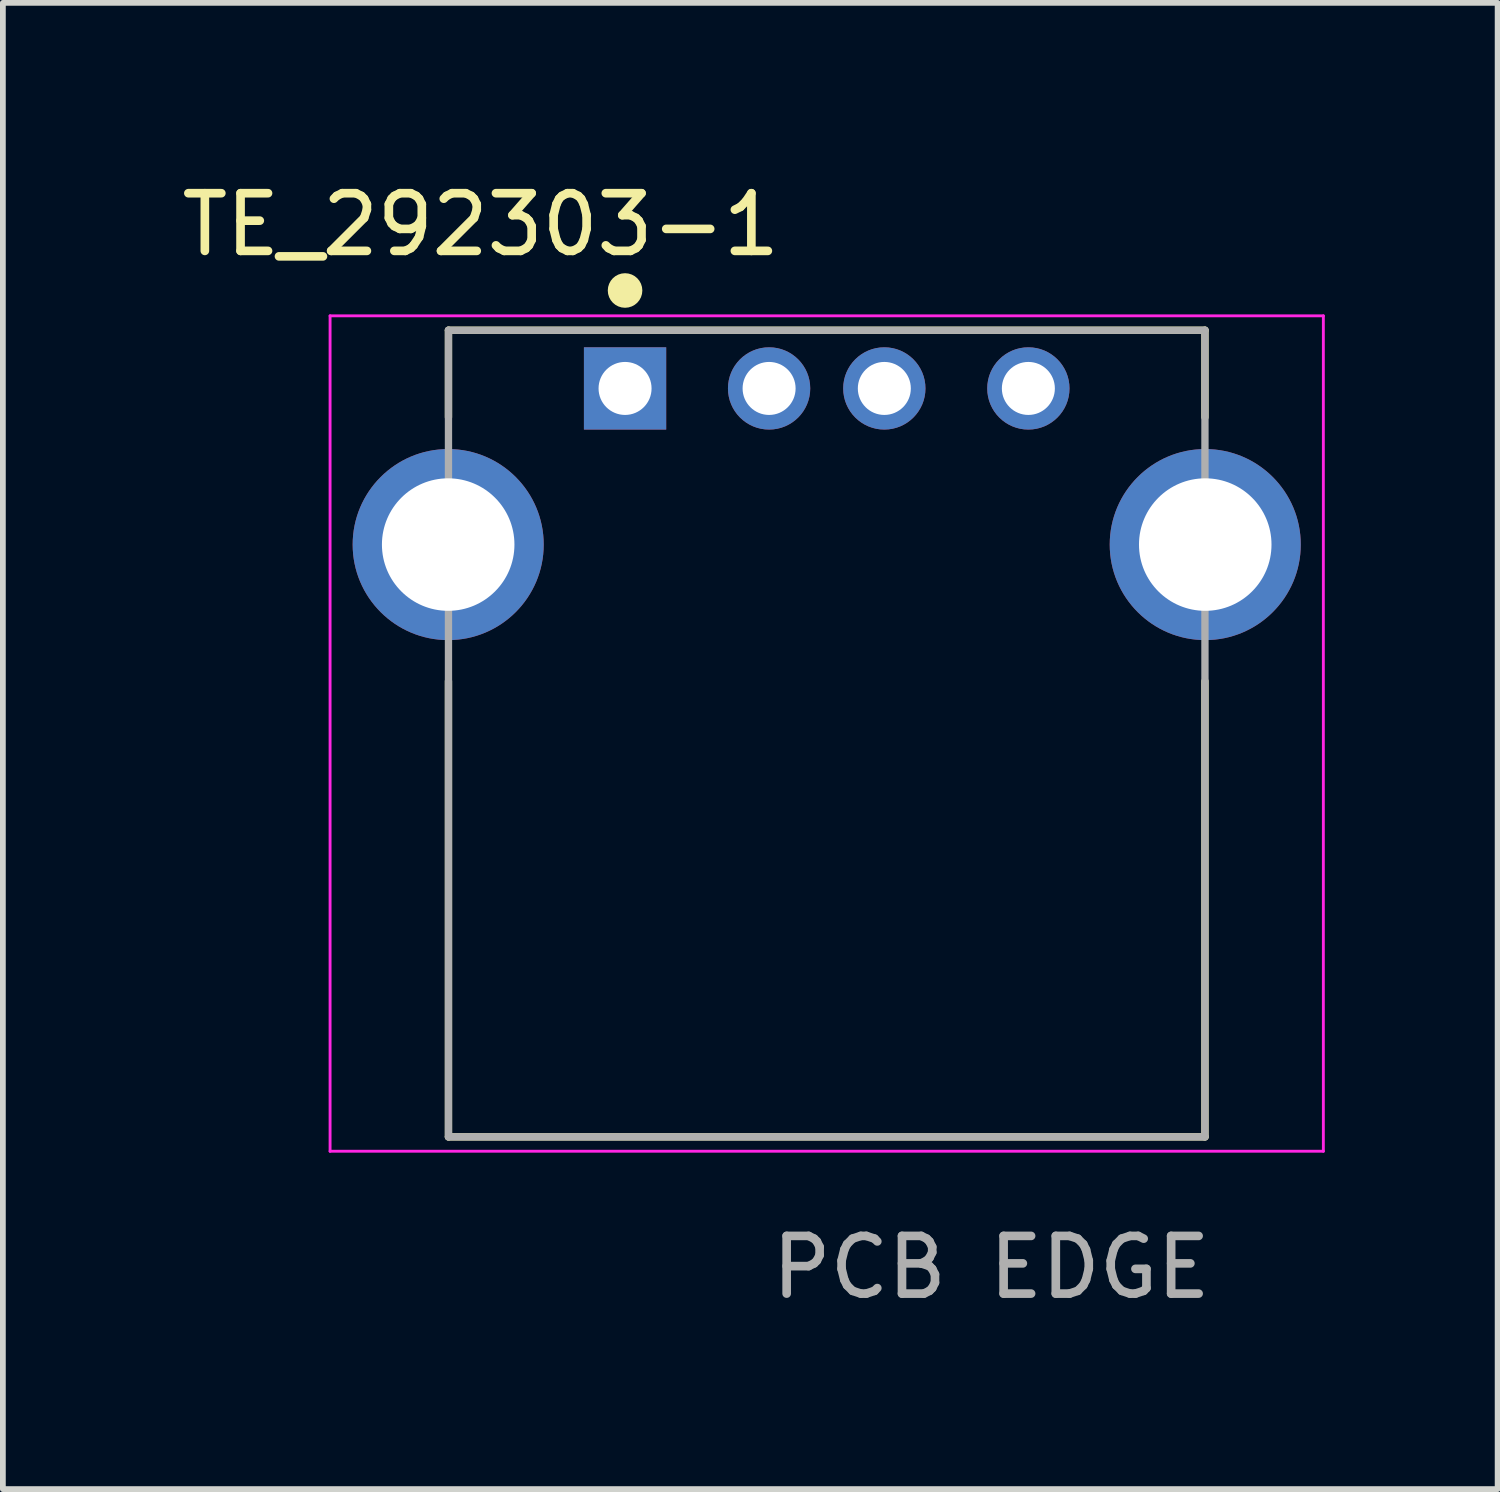
<source format=kicad_pcb>
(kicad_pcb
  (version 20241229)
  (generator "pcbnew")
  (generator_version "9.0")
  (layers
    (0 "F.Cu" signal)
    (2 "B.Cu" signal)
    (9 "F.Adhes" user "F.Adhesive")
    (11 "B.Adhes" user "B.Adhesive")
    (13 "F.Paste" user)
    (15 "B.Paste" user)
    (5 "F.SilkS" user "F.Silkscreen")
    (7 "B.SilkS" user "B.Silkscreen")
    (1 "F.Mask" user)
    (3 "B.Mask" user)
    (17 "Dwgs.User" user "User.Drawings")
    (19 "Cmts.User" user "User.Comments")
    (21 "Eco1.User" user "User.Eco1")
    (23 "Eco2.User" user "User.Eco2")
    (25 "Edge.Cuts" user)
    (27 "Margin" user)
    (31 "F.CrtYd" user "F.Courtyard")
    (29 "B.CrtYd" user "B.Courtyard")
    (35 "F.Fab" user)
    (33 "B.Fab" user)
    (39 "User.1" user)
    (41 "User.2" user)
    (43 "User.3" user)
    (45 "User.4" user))
  (footprint "TE_292303-1"
    (layer "F.Cu")
    (at 7.799 3.692)
    (property "Reference" "TE_292303-1" (at -2.503 -2.843 0) (layer "F.SilkS") (effects (font (size 1.001 1.001) (thickness 0.15))))
    (attr through_hole)
    (fp_line (start -3.065 -1.01) (end 10.065 -1.01) (stroke (width 0.127) (type solid)) (layer "F.SilkS"))
    (fp_line (start -3.065 0.5) (end -3.065 -1.01) (stroke (width 0.127) (type solid)) (layer "F.SilkS"))
    (fp_line (start -3.065 12.99) (end -3.065 5.08) (stroke (width 0.127) (type solid)) (layer "F.SilkS"))
    (fp_line (start 10.065 -1.01) (end 10.065 0.5) (stroke (width 0.127) (type solid)) (layer "F.SilkS"))
    (fp_line (start 10.065 5.08) (end 10.065 12.99) (stroke (width 0.127) (type solid)) (layer "F.SilkS"))
    (fp_line (start 10.065 12.99) (end -3.065 12.99) (stroke (width 0.127) (type solid)) (layer "F.SilkS"))
    (fp_circle (center 0 -1.7) (end 0.15 -1.7) (stroke (width 0.3) (type solid)) (fill no) (layer "F.SilkS"))
    (fp_line (start -5.12 -1.26) (end 12.12 -1.26) (stroke (width 0.05) (type solid)) (layer "F.CrtYd"))
    (fp_line (start -5.12 13.24) (end -5.12 -1.26) (stroke (width 0.05) (type solid)) (layer "F.CrtYd"))
    (fp_line (start 12.12 -1.26) (end 12.12 13.24) (stroke (width 0.05) (type solid)) (layer "F.CrtYd"))
    (fp_line (start 12.12 13.24) (end -5.12 13.24) (stroke (width 0.05) (type solid)) (layer "F.CrtYd"))
    (fp_line (start -3.065 -1.01) (end -3.065 12.99) (stroke (width 0.127) (type solid)) (layer "F.Fab"))
    (fp_line (start -3.065 12.99) (end 10.065 12.99) (stroke (width 0.127) (type solid)) (layer "F.Fab"))
    (fp_line (start 10.065 -1.01) (end -3.065 -1.01) (stroke (width 0.127) (type solid)) (layer "F.Fab"))
    (fp_line (start 10.065 12.99) (end 10.065 -1.01) (stroke (width 0.127) (type solid)) (layer "F.Fab"))
    (fp_circle (center 0 0) (end 0.15 0) (stroke (width 0.3) (type solid)) (fill no) (layer "F.Fab"))
    (fp_text user "PCB EDGE" (at 6.356 15.255 0) (layer "F.Fab") (effects (font (size 1.001 1.001) (thickness 0.15))))
    (pad "1" thru_hole rect (at 0 0) (size 1.428 1.428) (drill 0.92) (layers "*.Cu" "*.Mask"))
    (pad "2" thru_hole circle (at 2.5 0) (size 1.428 1.428) (drill 0.92) (layers "*.Cu" "*.Mask"))
    (pad "3" thru_hole circle (at 4.5 0) (size 1.428 1.428) (drill 0.92) (layers "*.Cu" "*.Mask"))
    (pad "4" thru_hole circle (at 7 0) (size 1.428 1.428) (drill 0.92) (layers "*.Cu" "*.Mask"))
    (pad "SH1" thru_hole circle (at -3.07 2.71) (size 3.316 3.316) (drill 2.3) (layers "*.Cu" "*.Mask"))
    (pad "SH2" thru_hole circle (at 10.07 2.71) (size 3.316 3.316) (drill 2.3) (layers "*.Cu" "*.Mask")))
  (gr_rect
    (start -3 -3)
    (end 22.944 22.796)
    (stroke (width 0.1) (type default))
    (fill no)
    (layer "Edge.Cuts")))
</source>
